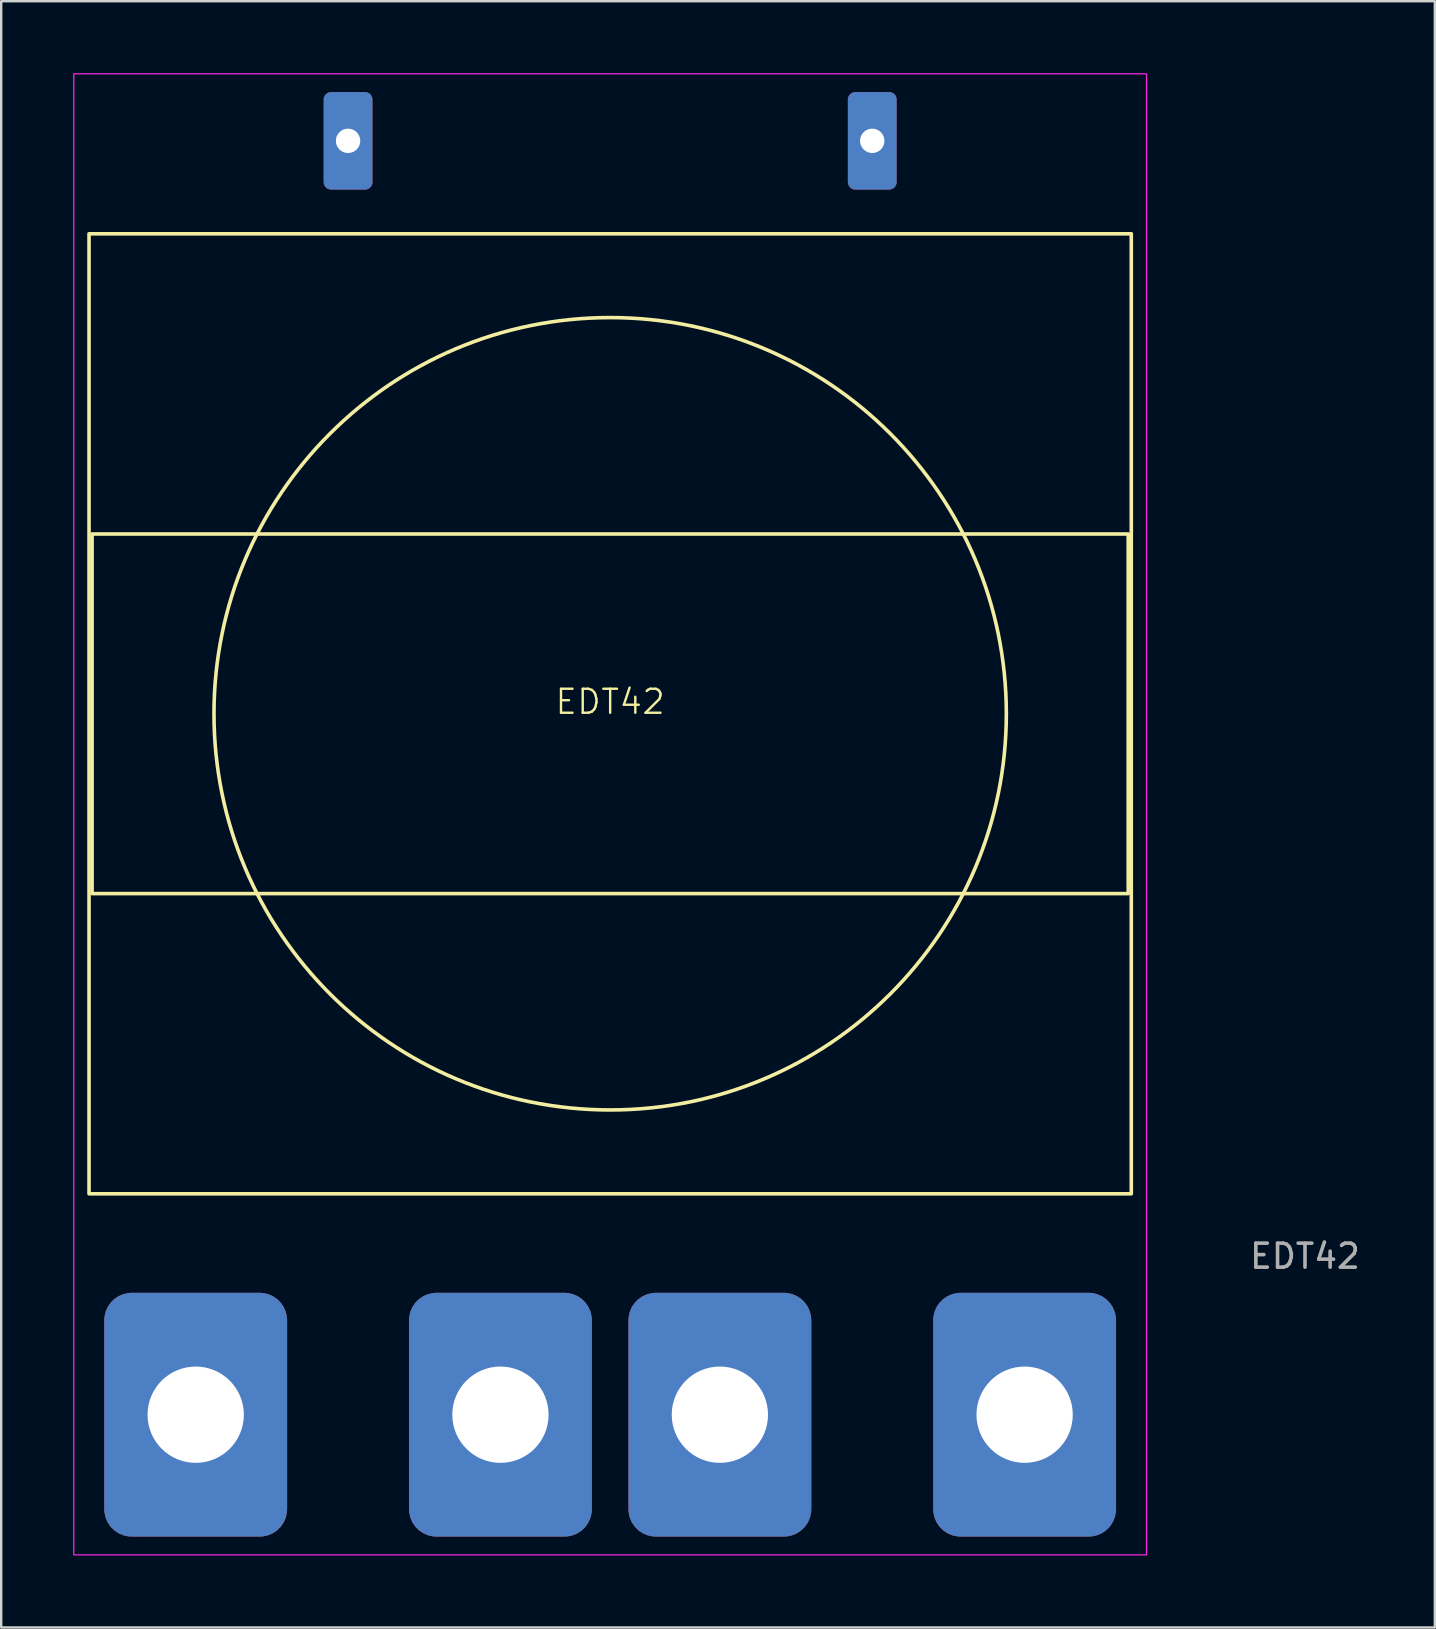
<source format=kicad_pcb>
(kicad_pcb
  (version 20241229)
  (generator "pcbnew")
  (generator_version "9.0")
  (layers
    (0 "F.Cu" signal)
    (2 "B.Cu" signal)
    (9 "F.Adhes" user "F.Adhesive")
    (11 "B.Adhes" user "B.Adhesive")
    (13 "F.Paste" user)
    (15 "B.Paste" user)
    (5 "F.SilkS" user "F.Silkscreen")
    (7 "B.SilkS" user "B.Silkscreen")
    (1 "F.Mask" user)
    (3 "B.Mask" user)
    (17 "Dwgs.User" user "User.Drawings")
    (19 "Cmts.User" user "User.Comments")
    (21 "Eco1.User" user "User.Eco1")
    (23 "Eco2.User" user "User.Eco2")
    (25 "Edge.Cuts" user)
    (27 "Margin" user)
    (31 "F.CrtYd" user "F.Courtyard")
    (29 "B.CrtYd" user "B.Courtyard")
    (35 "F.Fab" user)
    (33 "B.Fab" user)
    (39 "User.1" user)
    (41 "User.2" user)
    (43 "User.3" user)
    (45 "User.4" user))
  (footprint "EDT42"
    (layer "F.Cu")
    (at 22.377 26.695)
    (property "Reference" "EDT42" (at 0 -0.5 0) (unlocked yes) (layer "F.SilkS") (effects (font (size 1 1) (thickness 0.1))))
    (attr smd)
    (fp_rect (start -21.717 -20.003) (end 21.717 20.003) (stroke (width 0.15) (type solid)) (fill no) (layer "F.SilkS"))
    (fp_rect (start -21.59 -7.493) (end 21.59 7.493) (stroke (width 0.15) (type solid)) (fill no) (layer "F.SilkS"))
    (fp_circle (center 0 0) (end 16.51 0) (stroke (width 0.15) (type solid)) (fill no) (layer "F.SilkS"))
    (fp_rect (start -22.352 -26.67) (end 22.352 35.052) (stroke (width 0.05) (type default)) (fill no) (layer "F.CrtYd"))
    (fp_text user "${REFERENCE}" (at 28.956 22.606 0) (unlocked yes) (layer "F.Fab") (effects (font (size 1 1) (thickness 0.15))))
    (pad "1" thru_hole roundrect (at -17.272 29.21) (size 7.62 10.16) (drill 4.013) (layers "*.Cu" "*.Mask") (roundrect_rratio 0.15))
    (pad "2" thru_hole roundrect (at -4.572 29.21) (size 7.62 10.16) (drill 4.013) (layers "*.Cu" "*.Mask") (roundrect_rratio 0.15))
    (pad "3" thru_hole roundrect (at 4.572 29.21) (size 7.62 10.16) (drill 4.013) (layers "*.Cu" "*.Mask") (roundrect_rratio 0.15))
    (pad "4" thru_hole roundrect (at 17.272 29.21) (size 7.62 10.16) (drill 4.013) (layers "*.Cu" "*.Mask") (roundrect_rratio 0.15))
    (pad "5" thru_hole roundrect (at -10.922 -23.876) (size 2.032 4.064) (drill 1.016) (layers "*.Cu" "*.Mask") (roundrect_rratio 0.15))
    (pad "6" thru_hole roundrect (at 10.922 -23.876) (size 2.032 4.064) (drill 1.016) (layers "*.Cu" "*.Mask") (roundrect_rratio 0.15)))
  (gr_rect
    (start -3 -3)
    (end 56.744 64.772)
    (stroke (width 0.1) (type default))
    (fill no)
    (layer "Edge.Cuts")))
</source>
